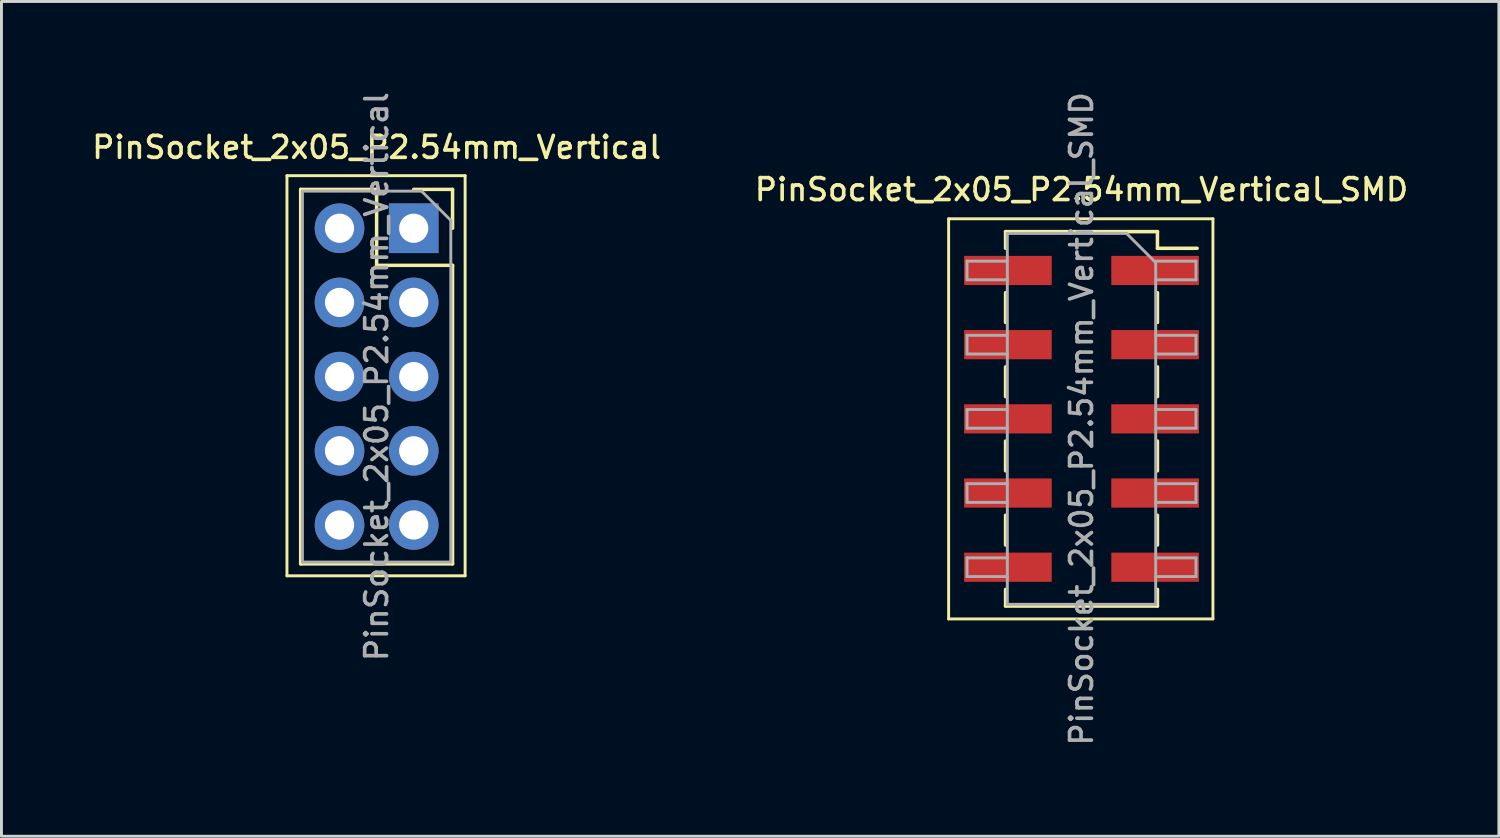
<source format=kicad_pcb>
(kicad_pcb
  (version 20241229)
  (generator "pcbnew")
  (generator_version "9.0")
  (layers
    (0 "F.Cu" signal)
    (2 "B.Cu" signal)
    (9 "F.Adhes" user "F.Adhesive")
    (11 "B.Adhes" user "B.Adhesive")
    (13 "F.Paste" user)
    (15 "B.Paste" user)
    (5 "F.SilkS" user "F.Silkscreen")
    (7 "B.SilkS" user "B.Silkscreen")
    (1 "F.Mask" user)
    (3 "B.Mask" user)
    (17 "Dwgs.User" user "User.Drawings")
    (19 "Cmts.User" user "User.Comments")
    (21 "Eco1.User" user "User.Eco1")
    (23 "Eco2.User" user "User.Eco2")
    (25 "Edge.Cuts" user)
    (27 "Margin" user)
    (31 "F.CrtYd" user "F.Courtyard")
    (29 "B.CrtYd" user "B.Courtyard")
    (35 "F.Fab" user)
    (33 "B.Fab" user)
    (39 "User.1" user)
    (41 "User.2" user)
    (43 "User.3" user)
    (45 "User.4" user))
  (footprint "PinSocket_2x05_P2.54mm_Vertical_SMD"
    (layer "F.Cu")
    (at 33.98 11.291)
    (property "Reference" "PinSocket_2x05_P2.54mm_Vertical_SMD" (at 0 -7.85 0) (layer "F.SilkS") (effects (font (size 0.75 0.75) (thickness 0.125))))
    (attr smd)
    (fp_line (start -4.55 -6.85) (end 4.5 -6.85) (stroke (width 0.1) (type solid)) (layer "F.SilkS"))
    (fp_line (start -4.55 6.85) (end -4.55 -6.85) (stroke (width 0.1) (type solid)) (layer "F.SilkS"))
    (fp_line (start -2.6 -6.41) (end -2.6 -5.84) (stroke (width 0.12) (type solid)) (layer "F.SilkS"))
    (fp_line (start -2.6 -6.41) (end 2.6 -6.41) (stroke (width 0.12) (type solid)) (layer "F.SilkS"))
    (fp_line (start -2.6 -4.32) (end -2.6 -3.3) (stroke (width 0.12) (type solid)) (layer "F.SilkS"))
    (fp_line (start -2.6 -1.78) (end -2.6 -0.76) (stroke (width 0.12) (type solid)) (layer "F.SilkS"))
    (fp_line (start -2.6 0.76) (end -2.6 1.78) (stroke (width 0.12) (type solid)) (layer "F.SilkS"))
    (fp_line (start -2.6 3.3) (end -2.6 4.32) (stroke (width 0.12) (type solid)) (layer "F.SilkS"))
    (fp_line (start -2.6 5.84) (end -2.6 6.41) (stroke (width 0.12) (type solid)) (layer "F.SilkS"))
    (fp_line (start -2.6 6.41) (end 2.6 6.41) (stroke (width 0.12) (type solid)) (layer "F.SilkS"))
    (fp_line (start 2.6 -6.41) (end 2.6 -5.84) (stroke (width 0.12) (type solid)) (layer "F.SilkS"))
    (fp_line (start 2.6 -5.84) (end 3.96 -5.84) (stroke (width 0.12) (type solid)) (layer "F.SilkS"))
    (fp_line (start 2.6 -4.32) (end 2.6 -3.3) (stroke (width 0.12) (type solid)) (layer "F.SilkS"))
    (fp_line (start 2.6 -1.78) (end 2.6 -0.76) (stroke (width 0.12) (type solid)) (layer "F.SilkS"))
    (fp_line (start 2.6 0.76) (end 2.6 1.78) (stroke (width 0.12) (type solid)) (layer "F.SilkS"))
    (fp_line (start 2.6 3.3) (end 2.6 4.32) (stroke (width 0.12) (type solid)) (layer "F.SilkS"))
    (fp_line (start 2.6 5.84) (end 2.6 6.41) (stroke (width 0.12) (type solid)) (layer "F.SilkS"))
    (fp_line (start 4.5 -6.85) (end 4.5 6.85) (stroke (width 0.1) (type solid)) (layer "F.SilkS"))
    (fp_line (start 4.5 6.85) (end -4.55 6.85) (stroke (width 0.1) (type solid)) (layer "F.SilkS"))
    (fp_line (start -3.92 -5.4) (end -2.54 -5.4) (stroke (width 0.1) (type solid)) (layer "F.Fab"))
    (fp_line (start -3.92 -4.76) (end -3.92 -5.4) (stroke (width 0.1) (type solid)) (layer "F.Fab"))
    (fp_line (start -3.92 -2.86) (end -2.54 -2.86) (stroke (width 0.1) (type solid)) (layer "F.Fab"))
    (fp_line (start -3.92 -2.22) (end -3.92 -2.86) (stroke (width 0.1) (type solid)) (layer "F.Fab"))
    (fp_line (start -3.92 -0.32) (end -2.54 -0.32) (stroke (width 0.1) (type solid)) (layer "F.Fab"))
    (fp_line (start -3.92 0.32) (end -3.92 -0.32) (stroke (width 0.1) (type solid)) (layer "F.Fab"))
    (fp_line (start -3.92 2.22) (end -2.54 2.22) (stroke (width 0.1) (type solid)) (layer "F.Fab"))
    (fp_line (start -3.92 2.86) (end -3.92 2.22) (stroke (width 0.1) (type solid)) (layer "F.Fab"))
    (fp_line (start -3.92 4.76) (end -2.54 4.76) (stroke (width 0.1) (type solid)) (layer "F.Fab"))
    (fp_line (start -3.92 5.4) (end -3.92 4.76) (stroke (width 0.1) (type solid)) (layer "F.Fab"))
    (fp_line (start -2.54 -6.35) (end 1.54 -6.35) (stroke (width 0.1) (type solid)) (layer "F.Fab"))
    (fp_line (start -2.54 -4.76) (end -3.92 -4.76) (stroke (width 0.1) (type solid)) (layer "F.Fab"))
    (fp_line (start -2.54 -2.22) (end -3.92 -2.22) (stroke (width 0.1) (type solid)) (layer "F.Fab"))
    (fp_line (start -2.54 0.32) (end -3.92 0.32) (stroke (width 0.1) (type solid)) (layer "F.Fab"))
    (fp_line (start -2.54 2.86) (end -3.92 2.86) (stroke (width 0.1) (type solid)) (layer "F.Fab"))
    (fp_line (start -2.54 5.4) (end -3.92 5.4) (stroke (width 0.1) (type solid)) (layer "F.Fab"))
    (fp_line (start -2.54 6.35) (end -2.54 -6.35) (stroke (width 0.1) (type solid)) (layer "F.Fab"))
    (fp_line (start 1.54 -6.35) (end 2.54 -5.35) (stroke (width 0.1) (type solid)) (layer "F.Fab"))
    (fp_line (start 2.54 -5.4) (end 3.92 -5.4) (stroke (width 0.1) (type solid)) (layer "F.Fab"))
    (fp_line (start 2.54 -5.35) (end 2.54 6.35) (stroke (width 0.1) (type solid)) (layer "F.Fab"))
    (fp_line (start 2.54 -2.86) (end 3.92 -2.86) (stroke (width 0.1) (type solid)) (layer "F.Fab"))
    (fp_line (start 2.54 -0.32) (end 3.92 -0.32) (stroke (width 0.1) (type solid)) (layer "F.Fab"))
    (fp_line (start 2.54 2.22) (end 3.92 2.22) (stroke (width 0.1) (type solid)) (layer "F.Fab"))
    (fp_line (start 2.54 4.76) (end 3.92 4.76) (stroke (width 0.1) (type solid)) (layer "F.Fab"))
    (fp_line (start 2.54 6.35) (end -2.54 6.35) (stroke (width 0.1) (type solid)) (layer "F.Fab"))
    (fp_line (start 3.92 -5.4) (end 3.92 -4.76) (stroke (width 0.1) (type solid)) (layer "F.Fab"))
    (fp_line (start 3.92 -4.76) (end 2.54 -4.76) (stroke (width 0.1) (type solid)) (layer "F.Fab"))
    (fp_line (start 3.92 -2.86) (end 3.92 -2.22) (stroke (width 0.1) (type solid)) (layer "F.Fab"))
    (fp_line (start 3.92 -2.22) (end 2.54 -2.22) (stroke (width 0.1) (type solid)) (layer "F.Fab"))
    (fp_line (start 3.92 -0.32) (end 3.92 0.32) (stroke (width 0.1) (type solid)) (layer "F.Fab"))
    (fp_line (start 3.92 0.32) (end 2.54 0.32) (stroke (width 0.1) (type solid)) (layer "F.Fab"))
    (fp_line (start 3.92 2.22) (end 3.92 2.86) (stroke (width 0.1) (type solid)) (layer "F.Fab"))
    (fp_line (start 3.92 2.86) (end 2.54 2.86) (stroke (width 0.1) (type solid)) (layer "F.Fab"))
    (fp_line (start 3.92 4.76) (end 3.92 5.4) (stroke (width 0.1) (type solid)) (layer "F.Fab"))
    (fp_line (start 3.92 5.4) (end 2.54 5.4) (stroke (width 0.1) (type solid)) (layer "F.Fab"))
    (fp_text user "${REFERENCE}" (at 0 0 90) (layer "F.Fab") (effects (font (size 0.75 0.75) (thickness 0.125))))
    (pad "1" smd rect (at 2.52 -5.08) (size 3 1) (layers "F.Cu" "F.Mask" "F.Paste"))
    (pad "2" smd rect (at -2.52 -5.08) (size 3 1) (layers "F.Cu" "F.Mask" "F.Paste"))
    (pad "3" smd rect (at 2.52 -2.54) (size 3 1) (layers "F.Cu" "F.Mask" "F.Paste"))
    (pad "4" smd rect (at -2.52 -2.54) (size 3 1) (layers "F.Cu" "F.Mask" "F.Paste"))
    (pad "5" smd rect (at 2.52 0) (size 3 1) (layers "F.Cu" "F.Mask" "F.Paste"))
    (pad "6" smd rect (at -2.52 0) (size 3 1) (layers "F.Cu" "F.Mask" "F.Paste"))
    (pad "7" smd rect (at 2.52 2.54) (size 3 1) (layers "F.Cu" "F.Mask" "F.Paste"))
    (pad "8" smd rect (at -2.52 2.54) (size 3 1) (layers "F.Cu" "F.Mask" "F.Paste"))
    (pad "9" smd rect (at 2.52 5.08) (size 3 1) (layers "F.Cu" "F.Mask" "F.Paste"))
    (pad "10" smd rect (at -2.52 5.08) (size 3 1) (layers "F.Cu" "F.Mask" "F.Paste")))
  (footprint "PinSocket_2x05_P2.54mm_Vertical"
    (layer "F.Cu")
    (at 11.115 4.765)
    (property "Reference" "PinSocket_2x05_P2.54mm_Vertical" (at -1.27 -2.77 0) (layer "F.SilkS") (effects (font (size 0.75 0.75) (thickness 0.125))))
    (attr through_hole)
    (fp_line (start -4.34 -1.8) (end 1.76 -1.8) (stroke (width 0.1) (type solid)) (layer "F.SilkS"))
    (fp_line (start -4.34 11.9) (end -4.34 -1.8) (stroke (width 0.1) (type solid)) (layer "F.SilkS"))
    (fp_line (start -3.87 -1.33) (end -3.87 11.49) (stroke (width 0.12) (type solid)) (layer "F.SilkS"))
    (fp_line (start -3.87 -1.33) (end -1.27 -1.33) (stroke (width 0.12) (type solid)) (layer "F.SilkS"))
    (fp_line (start -3.87 11.49) (end 1.33 11.49) (stroke (width 0.12) (type solid)) (layer "F.SilkS"))
    (fp_line (start -1.27 -1.33) (end -1.27 1.27) (stroke (width 0.12) (type solid)) (layer "F.SilkS"))
    (fp_line (start -1.27 1.27) (end 1.33 1.27) (stroke (width 0.12) (type solid)) (layer "F.SilkS"))
    (fp_line (start 0 -1.33) (end 1.33 -1.33) (stroke (width 0.12) (type solid)) (layer "F.SilkS"))
    (fp_line (start 1.33 -1.33) (end 1.33 0) (stroke (width 0.12) (type solid)) (layer "F.SilkS"))
    (fp_line (start 1.33 1.27) (end 1.33 11.49) (stroke (width 0.12) (type solid)) (layer "F.SilkS"))
    (fp_line (start 1.76 -1.8) (end 1.76 11.9) (stroke (width 0.1) (type solid)) (layer "F.SilkS"))
    (fp_line (start 1.76 11.9) (end -4.34 11.9) (stroke (width 0.1) (type solid)) (layer "F.SilkS"))
    (fp_line (start -3.81 -1.27) (end 0.27 -1.27) (stroke (width 0.1) (type solid)) (layer "F.Fab"))
    (fp_line (start -3.81 11.43) (end -3.81 -1.27) (stroke (width 0.1) (type solid)) (layer "F.Fab"))
    (fp_line (start 0.27 -1.27) (end 1.27 -0.27) (stroke (width 0.1) (type solid)) (layer "F.Fab"))
    (fp_line (start 1.27 -0.27) (end 1.27 11.43) (stroke (width 0.1) (type solid)) (layer "F.Fab"))
    (fp_line (start 1.27 11.43) (end -3.81 11.43) (stroke (width 0.1) (type solid)) (layer "F.Fab"))
    (fp_text user "${REFERENCE}" (at -1.27 5.08 90) (layer "F.Fab") (effects (font (size 0.75 0.75) (thickness 0.125))))
    (pad "1" thru_hole rect (at 0 0) (size 1.7 1.7) (drill 1) (layers "*.Cu" "*.Mask"))
    (pad "2" thru_hole oval (at -2.54 0) (size 1.7 1.7) (drill 1) (layers "*.Cu" "*.Mask"))
    (pad "3" thru_hole oval (at 0 2.54) (size 1.7 1.7) (drill 1) (layers "*.Cu" "*.Mask"))
    (pad "4" thru_hole oval (at -2.54 2.54) (size 1.7 1.7) (drill 1) (layers "*.Cu" "*.Mask"))
    (pad "5" thru_hole oval (at 0 5.08) (size 1.7 1.7) (drill 1) (layers "*.Cu" "*.Mask"))
    (pad "6" thru_hole oval (at -2.54 5.08) (size 1.7 1.7) (drill 1) (layers "*.Cu" "*.Mask"))
    (pad "7" thru_hole oval (at 0 7.62) (size 1.7 1.7) (drill 1) (layers "*.Cu" "*.Mask"))
    (pad "8" thru_hole oval (at -2.54 7.62) (size 1.7 1.7) (drill 1) (layers "*.Cu" "*.Mask"))
    (pad "9" thru_hole oval (at 0 10.16) (size 1.7 1.7) (drill 1) (layers "*.Cu" "*.Mask"))
    (pad "10" thru_hole oval (at -2.54 10.16) (size 1.7 1.7) (drill 1) (layers "*.Cu" "*.Mask")))
  (gr_rect
    (start -3 -3)
    (end 48.271 25.582)
    (stroke (width 0.1) (type default))
    (fill no)
    (layer "Edge.Cuts")))
</source>
